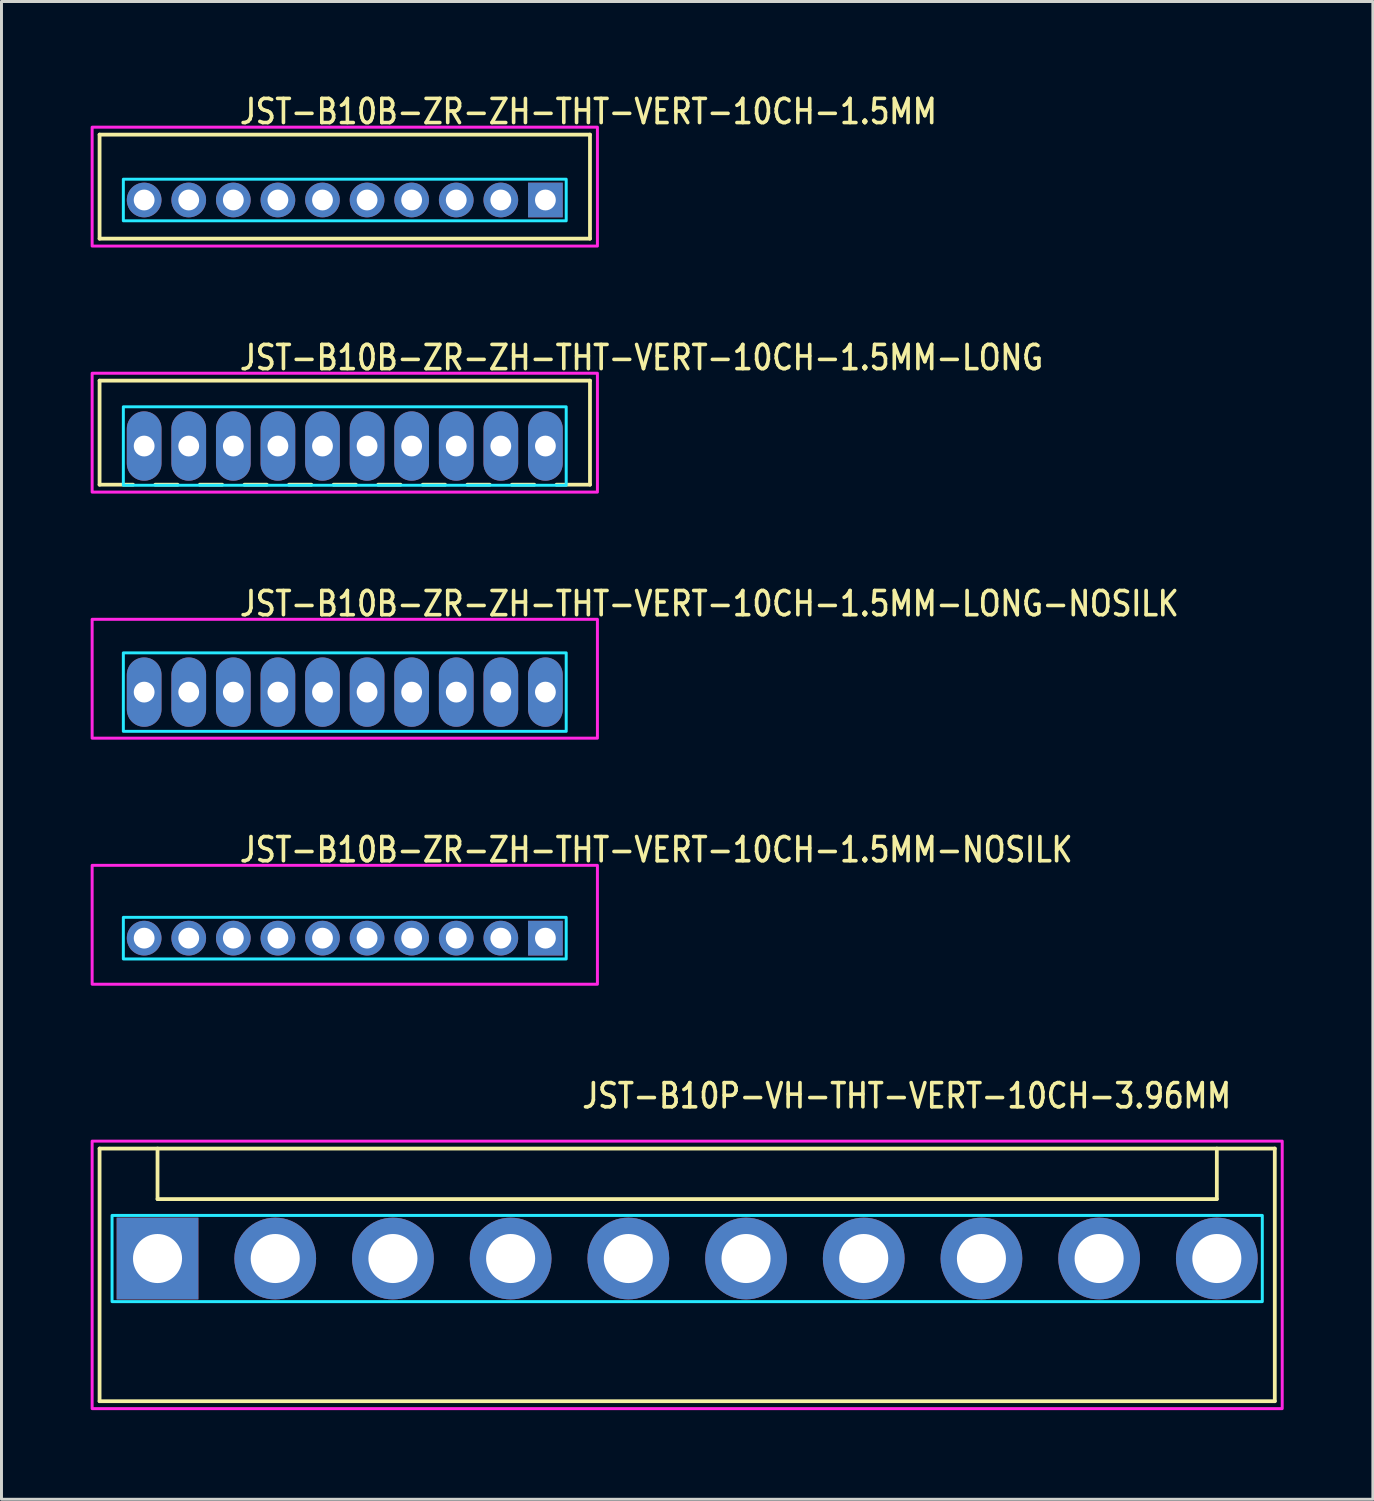
<source format=kicad_pcb>
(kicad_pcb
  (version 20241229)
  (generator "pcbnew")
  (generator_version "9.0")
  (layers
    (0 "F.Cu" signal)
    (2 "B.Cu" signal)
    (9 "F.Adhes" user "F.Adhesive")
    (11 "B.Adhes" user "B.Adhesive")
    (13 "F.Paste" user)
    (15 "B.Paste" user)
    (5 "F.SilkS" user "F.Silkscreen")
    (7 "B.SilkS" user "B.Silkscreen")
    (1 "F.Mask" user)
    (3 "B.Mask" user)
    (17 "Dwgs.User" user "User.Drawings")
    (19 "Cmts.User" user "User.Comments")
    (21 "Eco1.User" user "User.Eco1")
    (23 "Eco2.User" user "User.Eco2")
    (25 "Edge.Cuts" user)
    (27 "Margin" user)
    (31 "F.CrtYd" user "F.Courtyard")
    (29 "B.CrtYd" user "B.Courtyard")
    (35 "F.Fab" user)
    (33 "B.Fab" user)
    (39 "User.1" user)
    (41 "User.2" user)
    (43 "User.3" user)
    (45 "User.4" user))
  (footprint "JST-B10B-ZR-ZH-THT-VERT-10CH-1.5MM-LONG-NOSILK"
    (layer "F.Cu")
    (at 8.55 20.236)
    (property "Reference" "JST-B10B-ZR-ZH-THT-VERT-10CH-1.5MM-LONG-NOSILK" (at -3.6 -2.5 0) (unlocked yes) (layer "F.SilkS") (effects (font (size 0.813 0.695) (thickness 0.122)) (justify left bottom)))
    (fp_poly (pts (xy -7.45 -1.32) (xy -7.45 1.32) (xy 7.45 1.32) (xy 7.45 -1.32)) (stroke (width 0.1) (type solid)) (fill no) (layer "B.CrtYd"))
    (fp_poly (pts (xy -8.5 -2.45) (xy -8.5 1.55) (xy 8.5 1.55) (xy 8.5 -2.45)) (stroke (width 0.1) (type solid)) (fill no) (layer "F.CrtYd"))
    (pad "P$1" thru_hole oval (at 6.75 0 90) (size 2.333 1.167) (drill 0.7) (layers "*.Cu" "*.Mask"))
    (pad "P$2" thru_hole oval (at 5.25 0 90) (size 2.333 1.167) (drill 0.7) (layers "*.Cu" "*.Mask"))
    (pad "P$3" thru_hole oval (at 3.75 0 90) (size 2.333 1.167) (drill 0.7) (layers "*.Cu" "*.Mask"))
    (pad "P$4" thru_hole oval (at 2.25 0 90) (size 2.333 1.167) (drill 0.7) (layers "*.Cu" "*.Mask"))
    (pad "P$5" thru_hole oval (at 0.75 0 90) (size 2.333 1.167) (drill 0.7) (layers "*.Cu" "*.Mask"))
    (pad "P$6" thru_hole oval (at -0.75 0 90) (size 2.333 1.167) (drill 0.7) (layers "*.Cu" "*.Mask"))
    (pad "P$7" thru_hole oval (at -2.25 0 90) (size 2.333 1.167) (drill 0.7) (layers "*.Cu" "*.Mask"))
    (pad "P$8" thru_hole oval (at -3.75 0 90) (size 2.333 1.167) (drill 0.7) (layers "*.Cu" "*.Mask"))
    (pad "P$9" thru_hole oval (at -5.25 0 90) (size 2.333 1.167) (drill 0.7) (layers "*.Cu" "*.Mask"))
    (pad "P$10" thru_hole oval (at -6.75 0 90) (size 2.333 1.167) (drill 0.7) (layers "*.Cu" "*.Mask")))
  (footprint "JST-B10P-VH-THT-VERT-10CH-3.96MM"
    (layer "F.Cu")
    (at 20.07 39.293)
    (property "Reference" "JST-B10P-VH-THT-VERT-10CH-3.96MM" (at -3.6 -5 0) (unlocked yes) (layer "F.SilkS") (effects (font (size 0.813 0.695) (thickness 0.122)) (justify left bottom)))
    (fp_line (start -19.77 -3.7) (end 19.77 -3.7) (stroke (width 0.127) (type solid)) (layer "F.SilkS"))
    (fp_line (start -19.77 4.8) (end -19.77 -3.7) (stroke (width 0.127) (type solid)) (layer "F.SilkS"))
    (fp_line (start -19.77 4.8) (end 19.77 4.8) (stroke (width 0.127) (type solid)) (layer "F.SilkS"))
    (fp_line (start -17.82 -3.7) (end -17.82 -2) (stroke (width 0.127) (type solid)) (layer "F.SilkS"))
    (fp_line (start -17.82 -2) (end 17.82 -2) (stroke (width 0.127) (type solid)) (layer "F.SilkS"))
    (fp_line (start 17.82 -3.7) (end 17.82 -2) (stroke (width 0.127) (type solid)) (layer "F.SilkS"))
    (fp_line (start 19.77 -3.7) (end 19.77 4.8) (stroke (width 0.127) (type solid)) (layer "F.SilkS"))
    (fp_poly (pts (xy -19.35 -1.45) (xy -19.35 1.45) (xy 19.35 1.45) (xy 19.35 -1.45)) (stroke (width 0.1) (type solid)) (fill no) (layer "B.CrtYd"))
    (fp_poly (pts (xy -20.02 -3.95) (xy -20.02 5.05) (xy 20.02 5.05) (xy 20.02 -3.95)) (stroke (width 0.1) (type solid)) (fill no) (layer "F.CrtYd"))
    (pad "P$1" thru_hole rect (at -17.82 0) (size 2.75 2.75) (drill 1.65) (layers "*.Cu" "*.Mask"))
    (pad "P$2" thru_hole oval (at -13.86 0) (size 2.75 2.75) (drill 1.65) (layers "*.Cu" "*.Mask"))
    (pad "P$3" thru_hole oval (at -9.9 0) (size 2.75 2.75) (drill 1.65) (layers "*.Cu" "*.Mask"))
    (pad "P$4" thru_hole oval (at -5.94 0) (size 2.75 2.75) (drill 1.65) (layers "*.Cu" "*.Mask"))
    (pad "P$5" thru_hole oval (at -1.98 0) (size 2.75 2.75) (drill 1.65) (layers "*.Cu" "*.Mask"))
    (pad "P$6" thru_hole oval (at 1.98 0) (size 2.75 2.75) (drill 1.65) (layers "*.Cu" "*.Mask"))
    (pad "P$7" thru_hole oval (at 5.94 0) (size 2.75 2.75) (drill 1.65) (layers "*.Cu" "*.Mask"))
    (pad "P$8" thru_hole oval (at 9.9 0) (size 2.75 2.75) (drill 1.65) (layers "*.Cu" "*.Mask"))
    (pad "P$9" thru_hole oval (at 13.86 0) (size 2.75 2.75) (drill 1.65) (layers "*.Cu" "*.Mask"))
    (pad "P$10" thru_hole oval (at 17.82 0) (size 2.75 2.75) (drill 1.65) (layers "*.Cu" "*.Mask")))
  (footprint "JST-B10B-ZR-ZH-THT-VERT-10CH-1.5MM-NOSILK"
    (layer "F.Cu")
    (at 8.55 28.514)
    (property "Reference" "JST-B10B-ZR-ZH-THT-VERT-10CH-1.5MM-NOSILK" (at -3.6 -2.5 0) (unlocked yes) (layer "F.SilkS") (effects (font (size 0.813 0.695) (thickness 0.122)) (justify left bottom)))
    (fp_poly (pts (xy -7.45 -0.7) (xy -7.45 0.7) (xy 7.45 0.7) (xy 7.45 -0.7)) (stroke (width 0.1) (type solid)) (fill no) (layer "B.CrtYd"))
    (fp_poly (pts (xy -8.5 -2.45) (xy -8.5 1.55) (xy 8.5 1.55) (xy 8.5 -2.45)) (stroke (width 0.1) (type solid)) (fill no) (layer "F.CrtYd"))
    (pad "P$1" thru_hole rect (at 6.75 0) (size 1.167 1.167) (drill 0.7) (layers "*.Cu" "*.Mask"))
    (pad "P$2" thru_hole oval (at 5.25 0) (size 1.167 1.167) (drill 0.7) (layers "*.Cu" "*.Mask"))
    (pad "P$3" thru_hole oval (at 3.75 0) (size 1.167 1.167) (drill 0.7) (layers "*.Cu" "*.Mask"))
    (pad "P$4" thru_hole oval (at 2.25 0) (size 1.167 1.167) (drill 0.7) (layers "*.Cu" "*.Mask"))
    (pad "P$5" thru_hole oval (at 0.75 0) (size 1.167 1.167) (drill 0.7) (layers "*.Cu" "*.Mask"))
    (pad "P$6" thru_hole oval (at -0.75 0) (size 1.167 1.167) (drill 0.7) (layers "*.Cu" "*.Mask"))
    (pad "P$7" thru_hole oval (at -2.25 0) (size 1.167 1.167) (drill 0.7) (layers "*.Cu" "*.Mask"))
    (pad "P$8" thru_hole oval (at -3.75 0) (size 1.167 1.167) (drill 0.7) (layers "*.Cu" "*.Mask"))
    (pad "P$9" thru_hole oval (at -5.25 0) (size 1.167 1.167) (drill 0.7) (layers "*.Cu" "*.Mask"))
    (pad "P$10" thru_hole oval (at -6.75 0) (size 1.167 1.167) (drill 0.7) (layers "*.Cu" "*.Mask")))
  (footprint "JST-B10B-ZR-ZH-THT-VERT-10CH-1.5MM"
    (layer "F.Cu")
    (at 8.55 3.679)
    (property "Reference" "JST-B10B-ZR-ZH-THT-VERT-10CH-1.5MM" (at -3.6 -2.5 0) (unlocked yes) (layer "F.SilkS") (effects (font (size 0.813 0.695) (thickness 0.122)) (justify left bottom)))
    (fp_line (start -8.25 -2.2) (end 8.25 -2.2) (stroke (width 0.127) (type solid)) (layer "F.SilkS"))
    (fp_line (start -8.25 1.3) (end -8.25 -2.2) (stroke (width 0.127) (type solid)) (layer "F.SilkS"))
    (fp_line (start -8.25 1.3) (end 8.25 1.3) (stroke (width 0.127) (type solid)) (layer "F.SilkS"))
    (fp_line (start 8.25 -2.2) (end 8.25 1.3) (stroke (width 0.127) (type solid)) (layer "F.SilkS"))
    (fp_poly (pts (xy -7.45 -0.7) (xy -7.45 0.7) (xy 7.45 0.7) (xy 7.45 -0.7)) (stroke (width 0.1) (type solid)) (fill no) (layer "B.CrtYd"))
    (fp_poly (pts (xy -8.5 -2.45) (xy -8.5 1.55) (xy 8.5 1.55) (xy 8.5 -2.45)) (stroke (width 0.1) (type solid)) (fill no) (layer "F.CrtYd"))
    (pad "P$1" thru_hole rect (at 6.75 0) (size 1.167 1.167) (drill 0.7) (layers "*.Cu" "*.Mask"))
    (pad "P$2" thru_hole oval (at 5.25 0) (size 1.167 1.167) (drill 0.7) (layers "*.Cu" "*.Mask"))
    (pad "P$3" thru_hole oval (at 3.75 0) (size 1.167 1.167) (drill 0.7) (layers "*.Cu" "*.Mask"))
    (pad "P$4" thru_hole oval (at 2.25 0) (size 1.167 1.167) (drill 0.7) (layers "*.Cu" "*.Mask"))
    (pad "P$5" thru_hole oval (at 0.75 0) (size 1.167 1.167) (drill 0.7) (layers "*.Cu" "*.Mask"))
    (pad "P$6" thru_hole oval (at -0.75 0) (size 1.167 1.167) (drill 0.7) (layers "*.Cu" "*.Mask"))
    (pad "P$7" thru_hole oval (at -2.25 0) (size 1.167 1.167) (drill 0.7) (layers "*.Cu" "*.Mask"))
    (pad "P$8" thru_hole oval (at -3.75 0) (size 1.167 1.167) (drill 0.7) (layers "*.Cu" "*.Mask"))
    (pad "P$9" thru_hole oval (at -5.25 0) (size 1.167 1.167) (drill 0.7) (layers "*.Cu" "*.Mask"))
    (pad "P$10" thru_hole oval (at -6.75 0) (size 1.167 1.167) (drill 0.7) (layers "*.Cu" "*.Mask")))
  (footprint "JST-B10B-ZR-ZH-THT-VERT-10CH-1.5MM-LONG"
    (layer "F.Cu")
    (at 8.55 11.957)
    (property "Reference" "JST-B10B-ZR-ZH-THT-VERT-10CH-1.5MM-LONG" (at -3.6 -2.5 0) (unlocked yes) (layer "F.SilkS") (effects (font (size 0.813 0.695) (thickness 0.122)) (justify left bottom)))
    (fp_line (start -8.25 -2.2) (end 8.25 -2.2) (stroke (width 0.127) (type solid)) (layer "F.SilkS"))
    (fp_line (start -8.25 1.3) (end -8.25 -2.2) (stroke (width 0.127) (type solid)) (layer "F.SilkS"))
    (fp_line (start -8.25 1.3) (end -7.125 1.3) (stroke (width 0.127) (type solid)) (layer "F.SilkS"))
    (fp_line (start -6.375 1.3) (end -5.625 1.3) (stroke (width 0.127) (type solid)) (layer "F.SilkS"))
    (fp_line (start -4.875 1.3) (end -4.125 1.3) (stroke (width 0.127) (type solid)) (layer "F.SilkS"))
    (fp_line (start -3.375 1.3) (end -2.625 1.3) (stroke (width 0.127) (type solid)) (layer "F.SilkS"))
    (fp_line (start -1.875 1.3) (end -1.125 1.3) (stroke (width 0.127) (type solid)) (layer "F.SilkS"))
    (fp_line (start -0.375 1.3) (end 0.375 1.3) (stroke (width 0.127) (type solid)) (layer "F.SilkS"))
    (fp_line (start 1.125 1.3) (end 1.875 1.3) (stroke (width 0.127) (type solid)) (layer "F.SilkS"))
    (fp_line (start 2.625 1.3) (end 3.375 1.3) (stroke (width 0.127) (type solid)) (layer "F.SilkS"))
    (fp_line (start 4.125 1.3) (end 4.875 1.3) (stroke (width 0.127) (type solid)) (layer "F.SilkS"))
    (fp_line (start 5.625 1.3) (end 6.375 1.3) (stroke (width 0.127) (type solid)) (layer "F.SilkS"))
    (fp_line (start 7.125 1.3) (end 8.25 1.3) (stroke (width 0.127) (type solid)) (layer "F.SilkS"))
    (fp_line (start 8.25 -2.2) (end 8.25 1.3) (stroke (width 0.127) (type solid)) (layer "F.SilkS"))
    (fp_poly (pts (xy -7.45 -1.32) (xy -7.45 1.32) (xy 7.45 1.32) (xy 7.45 -1.32)) (stroke (width 0.1) (type solid)) (fill no) (layer "B.CrtYd"))
    (fp_poly (pts (xy -8.5 -2.45) (xy -8.5 1.55) (xy 8.5 1.55) (xy 8.5 -2.45)) (stroke (width 0.1) (type solid)) (fill no) (layer "F.CrtYd"))
    (pad "P$1" thru_hole oval (at 6.75 0 90) (size 2.333 1.167) (drill 0.7) (layers "*.Cu" "*.Mask"))
    (pad "P$2" thru_hole oval (at 5.25 0 90) (size 2.333 1.167) (drill 0.7) (layers "*.Cu" "*.Mask"))
    (pad "P$3" thru_hole oval (at 3.75 0 90) (size 2.333 1.167) (drill 0.7) (layers "*.Cu" "*.Mask"))
    (pad "P$4" thru_hole oval (at 2.25 0 90) (size 2.333 1.167) (drill 0.7) (layers "*.Cu" "*.Mask"))
    (pad "P$5" thru_hole oval (at 0.75 0 90) (size 2.333 1.167) (drill 0.7) (layers "*.Cu" "*.Mask"))
    (pad "P$6" thru_hole oval (at -0.75 0 90) (size 2.333 1.167) (drill 0.7) (layers "*.Cu" "*.Mask"))
    (pad "P$7" thru_hole oval (at -2.25 0 90) (size 2.333 1.167) (drill 0.7) (layers "*.Cu" "*.Mask"))
    (pad "P$8" thru_hole oval (at -3.75 0 90) (size 2.333 1.167) (drill 0.7) (layers "*.Cu" "*.Mask"))
    (pad "P$9" thru_hole oval (at -5.25 0 90) (size 2.333 1.167) (drill 0.7) (layers "*.Cu" "*.Mask"))
    (pad "P$10" thru_hole oval (at -6.75 0 90) (size 2.333 1.167) (drill 0.7) (layers "*.Cu" "*.Mask")))
  (gr_rect
    (start -3 -3)
    (end 43.14 47.393)
    (stroke (width 0.1) (type default))
    (fill no)
    (layer "Edge.Cuts")))
</source>
